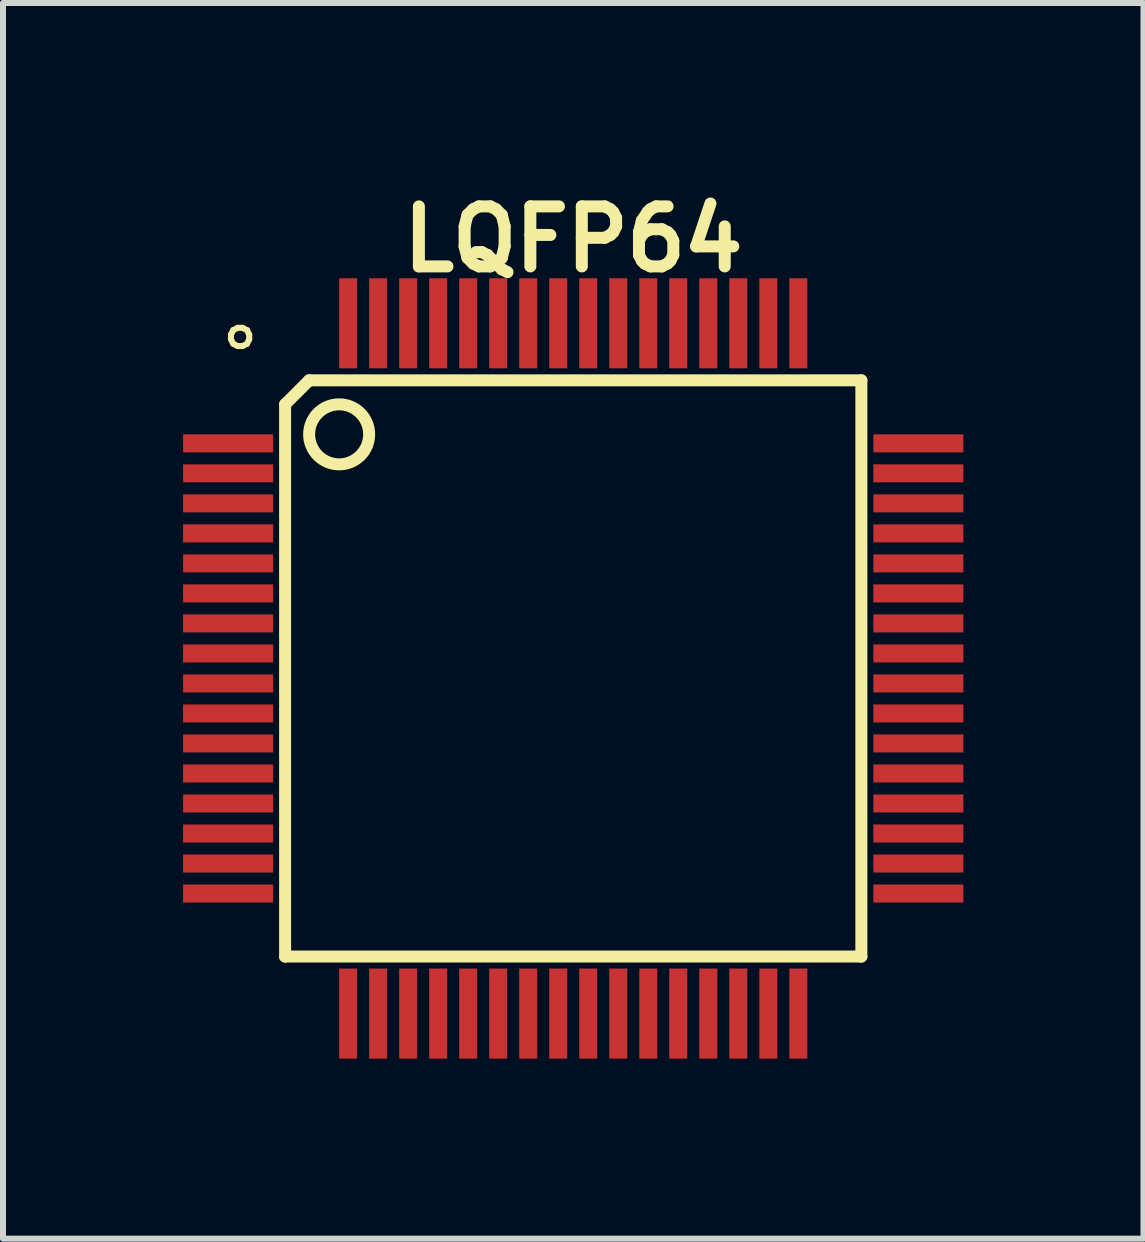
<source format=kicad_pcb>
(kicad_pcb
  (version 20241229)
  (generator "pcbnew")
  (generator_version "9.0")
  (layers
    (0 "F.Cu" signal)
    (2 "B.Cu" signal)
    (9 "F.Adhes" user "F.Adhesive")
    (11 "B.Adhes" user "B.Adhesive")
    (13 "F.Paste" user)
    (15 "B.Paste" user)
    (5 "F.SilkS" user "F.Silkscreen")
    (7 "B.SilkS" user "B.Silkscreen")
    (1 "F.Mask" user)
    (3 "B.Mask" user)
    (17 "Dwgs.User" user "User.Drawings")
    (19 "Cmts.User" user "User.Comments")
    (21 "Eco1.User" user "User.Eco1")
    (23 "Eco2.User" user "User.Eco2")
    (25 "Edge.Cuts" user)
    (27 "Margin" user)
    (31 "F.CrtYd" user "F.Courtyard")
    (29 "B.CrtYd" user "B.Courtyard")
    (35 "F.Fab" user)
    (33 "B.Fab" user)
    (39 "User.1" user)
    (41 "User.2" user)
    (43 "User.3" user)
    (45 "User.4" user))
  (footprint "LQFP64"
    (layer "F.Cu")
    (at 6.5 8.086)
    (property "Reference" "LQFP64" (at 0 -7.15 0) (layer "F.SilkS") (effects (font (size 1 1) (thickness 0.2))))
    (attr smd)
    (fp_line (start -4.8 -4.4) (end -4.4 -4.8) (stroke (width 0.2) (type solid)) (layer "F.SilkS"))
    (fp_line (start -4.8 4.8) (end -4.8 -4.4) (stroke (width 0.2) (type solid)) (layer "F.SilkS"))
    (fp_line (start -4.4 -4.8) (end 4.8 -4.8) (stroke (width 0.2) (type solid)) (layer "F.SilkS"))
    (fp_line (start 4.8 -4.8) (end 4.8 4.8) (stroke (width 0.2) (type solid)) (layer "F.SilkS"))
    (fp_line (start 4.8 4.8) (end -4.8 4.8) (stroke (width 0.2) (type solid)) (layer "F.SilkS"))
    (fp_circle (center -3.9 -3.9) (end -3.4 -3.9) (stroke (width 0.2) (type solid)) (fill no) (layer "F.SilkS"))
    (fp_text user "○" (at -5.55 -5.55 0) (layer "F.SilkS") (effects (font (size 0.4 0.4) (thickness 0.1))))
    (pad "1" smd rect (at -5.75 -3.75) (size 1.5 0.3) (layers "F.Cu" "F.Mask" "F.Paste"))
    (pad "2" smd rect (at -5.75 -3.25) (size 1.5 0.3) (layers "F.Cu" "F.Mask" "F.Paste"))
    (pad "3" smd rect (at -5.75 -2.75) (size 1.5 0.3) (layers "F.Cu" "F.Mask" "F.Paste"))
    (pad "4" smd rect (at -5.75 -2.25) (size 1.5 0.3) (layers "F.Cu" "F.Mask" "F.Paste"))
    (pad "5" smd rect (at -5.75 -1.75) (size 1.5 0.3) (layers "F.Cu" "F.Mask" "F.Paste"))
    (pad "6" smd rect (at -5.75 -1.25) (size 1.5 0.3) (layers "F.Cu" "F.Mask" "F.Paste"))
    (pad "7" smd rect (at -5.75 -0.75) (size 1.5 0.3) (layers "F.Cu" "F.Mask" "F.Paste"))
    (pad "8" smd rect (at -5.75 -0.25) (size 1.5 0.3) (layers "F.Cu" "F.Mask" "F.Paste"))
    (pad "9" smd rect (at -5.75 0.25) (size 1.5 0.3) (layers "F.Cu" "F.Mask" "F.Paste"))
    (pad "10" smd rect (at -5.75 0.75) (size 1.5 0.3) (layers "F.Cu" "F.Mask" "F.Paste"))
    (pad "11" smd rect (at -5.75 1.25) (size 1.5 0.3) (layers "F.Cu" "F.Mask" "F.Paste"))
    (pad "12" smd rect (at -5.75 1.75) (size 1.5 0.3) (layers "F.Cu" "F.Mask" "F.Paste"))
    (pad "13" smd rect (at -5.75 2.25) (size 1.5 0.3) (layers "F.Cu" "F.Mask" "F.Paste"))
    (pad "14" smd rect (at -5.75 2.75) (size 1.5 0.3) (layers "F.Cu" "F.Mask" "F.Paste"))
    (pad "15" smd rect (at -5.75 3.25) (size 1.5 0.3) (layers "F.Cu" "F.Mask" "F.Paste"))
    (pad "16" smd rect (at -5.75 3.75) (size 1.5 0.3) (layers "F.Cu" "F.Mask" "F.Paste"))
    (pad "17" smd rect (at -3.75 5.75 90) (size 1.5 0.3) (layers "F.Cu" "F.Mask" "F.Paste"))
    (pad "18" smd rect (at -3.25 5.75 90) (size 1.5 0.3) (layers "F.Cu" "F.Mask" "F.Paste"))
    (pad "19" smd rect (at -2.75 5.75 90) (size 1.5 0.3) (layers "F.Cu" "F.Mask" "F.Paste"))
    (pad "20" smd rect (at -2.25 5.75 90) (size 1.5 0.3) (layers "F.Cu" "F.Mask" "F.Paste"))
    (pad "21" smd rect (at -1.75 5.75 90) (size 1.5 0.3) (layers "F.Cu" "F.Mask" "F.Paste"))
    (pad "22" smd rect (at -1.25 5.75 90) (size 1.5 0.3) (layers "F.Cu" "F.Mask" "F.Paste"))
    (pad "23" smd rect (at -0.75 5.75 90) (size 1.5 0.3) (layers "F.Cu" "F.Mask" "F.Paste"))
    (pad "24" smd rect (at -0.25 5.75 90) (size 1.5 0.3) (layers "F.Cu" "F.Mask" "F.Paste"))
    (pad "25" smd rect (at 0.25 5.75 90) (size 1.5 0.3) (layers "F.Cu" "F.Mask" "F.Paste"))
    (pad "26" smd rect (at 0.75 5.75 90) (size 1.5 0.3) (layers "F.Cu" "F.Mask" "F.Paste"))
    (pad "27" smd rect (at 1.25 5.75 90) (size 1.5 0.3) (layers "F.Cu" "F.Mask" "F.Paste"))
    (pad "28" smd rect (at 1.75 5.75 90) (size 1.5 0.3) (layers "F.Cu" "F.Mask" "F.Paste"))
    (pad "29" smd rect (at 2.25 5.75 90) (size 1.5 0.3) (layers "F.Cu" "F.Mask" "F.Paste"))
    (pad "30" smd rect (at 2.75 5.75 90) (size 1.5 0.3) (layers "F.Cu" "F.Mask" "F.Paste"))
    (pad "31" smd rect (at 3.25 5.75 90) (size 1.5 0.3) (layers "F.Cu" "F.Mask" "F.Paste"))
    (pad "32" smd rect (at 3.75 5.75 90) (size 1.5 0.3) (layers "F.Cu" "F.Mask" "F.Paste"))
    (pad "33" smd rect (at 5.75 3.75) (size 1.5 0.3) (layers "F.Cu" "F.Mask" "F.Paste"))
    (pad "34" smd rect (at 5.75 3.25) (size 1.5 0.3) (layers "F.Cu" "F.Mask" "F.Paste"))
    (pad "35" smd rect (at 5.75 2.75) (size 1.5 0.3) (layers "F.Cu" "F.Mask" "F.Paste"))
    (pad "36" smd rect (at 5.75 2.25) (size 1.5 0.3) (layers "F.Cu" "F.Mask" "F.Paste"))
    (pad "37" smd rect (at 5.75 1.75) (size 1.5 0.3) (layers "F.Cu" "F.Mask" "F.Paste"))
    (pad "38" smd rect (at 5.75 1.25) (size 1.5 0.3) (layers "F.Cu" "F.Mask" "F.Paste"))
    (pad "39" smd rect (at 5.75 0.75) (size 1.5 0.3) (layers "F.Cu" "F.Mask" "F.Paste"))
    (pad "40" smd rect (at 5.75 0.25) (size 1.5 0.3) (layers "F.Cu" "F.Mask" "F.Paste"))
    (pad "41" smd rect (at 5.75 -0.25) (size 1.5 0.3) (layers "F.Cu" "F.Mask" "F.Paste"))
    (pad "42" smd rect (at 5.75 -0.75) (size 1.5 0.3) (layers "F.Cu" "F.Mask" "F.Paste"))
    (pad "43" smd rect (at 5.75 -1.25) (size 1.5 0.3) (layers "F.Cu" "F.Mask" "F.Paste"))
    (pad "44" smd rect (at 5.75 -1.75) (size 1.5 0.3) (layers "F.Cu" "F.Mask" "F.Paste"))
    (pad "45" smd rect (at 5.75 -2.25) (size 1.5 0.3) (layers "F.Cu" "F.Mask" "F.Paste"))
    (pad "46" smd rect (at 5.75 -2.75) (size 1.5 0.3) (layers "F.Cu" "F.Mask" "F.Paste"))
    (pad "47" smd rect (at 5.75 -3.25) (size 1.5 0.3) (layers "F.Cu" "F.Mask" "F.Paste"))
    (pad "48" smd rect (at 5.75 -3.75) (size 1.5 0.3) (layers "F.Cu" "F.Mask" "F.Paste"))
    (pad "49" smd rect (at 3.75 -5.75 90) (size 1.5 0.3) (layers "F.Cu" "F.Mask" "F.Paste"))
    (pad "50" smd rect (at 3.25 -5.75 90) (size 1.5 0.3) (layers "F.Cu" "F.Mask" "F.Paste"))
    (pad "51" smd rect (at 2.75 -5.75 90) (size 1.5 0.3) (layers "F.Cu" "F.Mask" "F.Paste"))
    (pad "52" smd rect (at 2.25 -5.75 90) (size 1.5 0.3) (layers "F.Cu" "F.Mask" "F.Paste"))
    (pad "53" smd rect (at 1.75 -5.75 90) (size 1.5 0.3) (layers "F.Cu" "F.Mask" "F.Paste"))
    (pad "54" smd rect (at 1.25 -5.75 90) (size 1.5 0.3) (layers "F.Cu" "F.Mask" "F.Paste"))
    (pad "55" smd rect (at 0.75 -5.75 90) (size 1.5 0.3) (layers "F.Cu" "F.Mask" "F.Paste"))
    (pad "56" smd rect (at 0.25 -5.75 90) (size 1.5 0.3) (layers "F.Cu" "F.Mask" "F.Paste"))
    (pad "57" smd rect (at -0.25 -5.75 90) (size 1.5 0.3) (layers "F.Cu" "F.Mask" "F.Paste"))
    (pad "58" smd rect (at -0.75 -5.75 90) (size 1.5 0.3) (layers "F.Cu" "F.Mask" "F.Paste"))
    (pad "59" smd rect (at -1.25 -5.75 90) (size 1.5 0.3) (layers "F.Cu" "F.Mask" "F.Paste"))
    (pad "60" smd rect (at -1.75 -5.75 90) (size 1.5 0.3) (layers "F.Cu" "F.Mask" "F.Paste"))
    (pad "61" smd rect (at -2.25 -5.75 90) (size 1.5 0.3) (layers "F.Cu" "F.Mask" "F.Paste"))
    (pad "62" smd rect (at -2.75 -5.75 90) (size 1.5 0.3) (layers "F.Cu" "F.Mask" "F.Paste"))
    (pad "63" smd rect (at -3.25 -5.75 90) (size 1.5 0.3) (layers "F.Cu" "F.Mask" "F.Paste"))
    (pad "64" smd rect (at -3.75 -5.75 90) (size 1.5 0.3) (layers "F.Cu" "F.Mask" "F.Paste")))
  (gr_rect
    (start -3 -3)
    (end 16 17.586)
    (stroke (width 0.1) (type default))
    (fill no)
    (layer "Edge.Cuts")))
</source>
